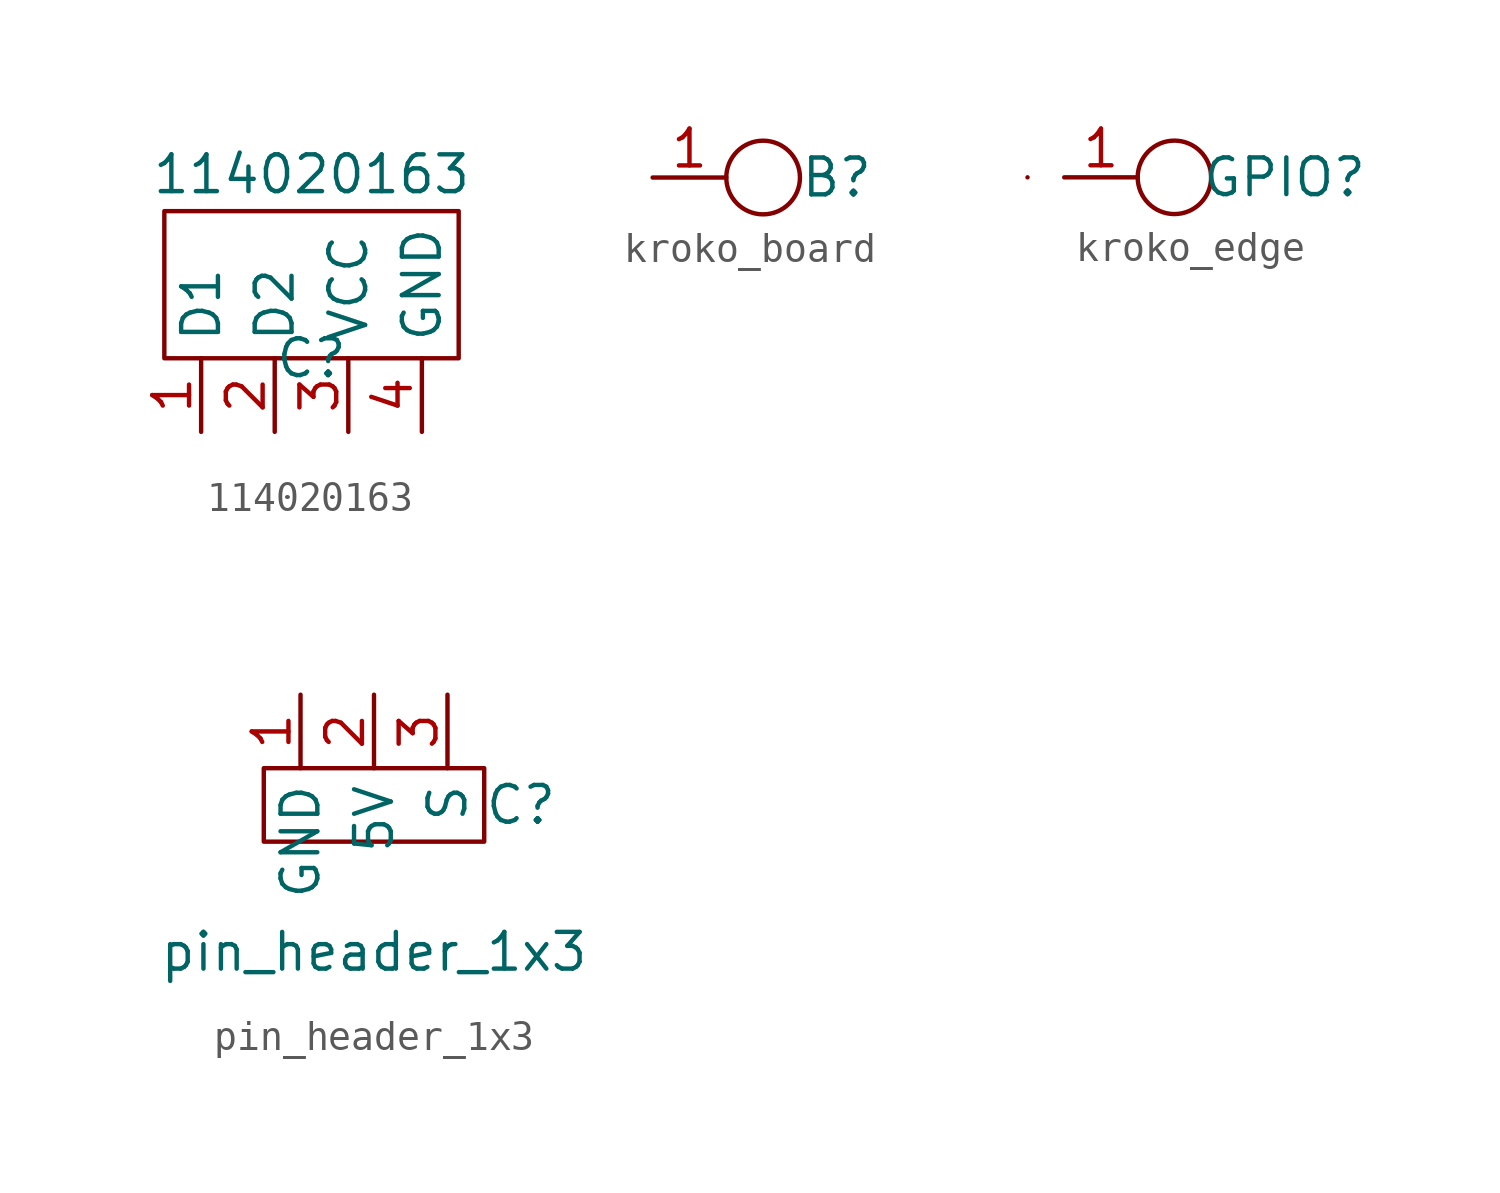
<source format=kicad_sym>
(kicad_symbol_lib
  (version 20211014)
  (generator kicad_symbol_editor)
  (symbol "114020163"
    (property "Reference" "C"
      (at 0 0 0)
      (effects (font (size 1.27 1.27))))
    (property "Value" "114020163"
      (at 0 6.35 0)
      (effects (font (size 1.27 1.27))))
    (symbol "114020163_0_1"
      (rectangle (start -5.08 5.08) (end 5.08 0) (stroke (width 0) (type default) (color 0 0 0 0)) (fill (type none))))
    (symbol "114020163_1_1"
      (pin input line (at -3.81 -2.54 90) (length 2.54) (name "D1" (effects (font (size 1.27 1.27)))) (number "1" (effects (font (size 1.27 1.27)))))
      (pin input line (at -1.27 -2.54 90) (length 2.54) (name "D2" (effects (font (size 1.27 1.27)))) (number "2" (effects (font (size 1.27 1.27)))))
      (pin input line (at 1.27 -2.54 90) (length 2.54) (name "VCC" (effects (font (size 1.27 1.27)))) (number "3" (effects (font (size 1.27 1.27)))))
      (pin input line (at 3.81 -2.54 90) (length 2.54) (name "GND" (effects (font (size 1.27 1.27)))) (number "4" (effects (font (size 1.27 1.27)))))))
  (symbol "kroko_board"
    (property "Reference" "B"
      (at 3.81 0 0)
      (effects (font (size 1.27 1.27))))
    (symbol "kroko_board_0_1"
      (circle (center 1.27 0) (radius 1.27) (stroke (width 0) (type default) (color 0 0 0 0)) (fill (type none))))
    (symbol "kroko_board_1_1"
      (pin bidirectional line (at -2.54 0 0) (length 2.54) (name "1" (effects (font (size 0 0)))) (number "1" (effects (font (size 1.27 1.27)))))))
  (symbol "kroko_edge"
    (property "Reference" "GPIO"
      (at 5.08 0 0)
      (effects (font (size 1.27 1.27))))
    (symbol "kroko_edge_0_1"
      (rectangle (start -3.81 0) (end -3.81 0) (stroke (width 0) (type default) (color 0 0 0 0)) (fill (type none)))
      (circle (center 1.27 0) (radius 1.27) (stroke (width 0) (type default) (color 0 0 0 0)) (fill (type none))))
    (symbol "kroko_edge_1_1"
      (pin bidirectional line (at -2.54 0 0) (length 2.54) (name "1" (effects (font (size 0 0)))) (number "1" (effects (font (size 1.27 1.27)))))))
  (symbol "pin_header_1x3"
    (property "Reference" "C"
      (at 5.08 0 0)
      (effects (font (size 1.27 1.27))))
    (property "Value" "pin_header_1x3"
      (at 0 -5.08 0)
      (effects (font (size 1.27 1.27))))
    (symbol "pin_header_1x3_0_1"
      (rectangle (start -3.81 1.27) (end 3.81 -1.27) (stroke (width 0) (type default) (color 0 0 0 0)) (fill (type none))))
    (symbol "pin_header_1x3_1_1"
      (pin input line (at -2.54 3.81 270) (length 2.54) (name "GND" (effects (font (size 1.27 1.27)))) (number "1" (effects (font (size 1.27 1.27)))))
      (pin input line (at 0 3.81 270) (length 2.54) (name "5V" (effects (font (size 1.27 1.27)))) (number "2" (effects (font (size 1.27 1.27)))))
      (pin input line (at 2.54 3.81 270) (length 2.54) (name "S" (effects (font (size 1.27 1.27)))) (number "3" (effects (font (size 1.27 1.27))))))))
</source>
